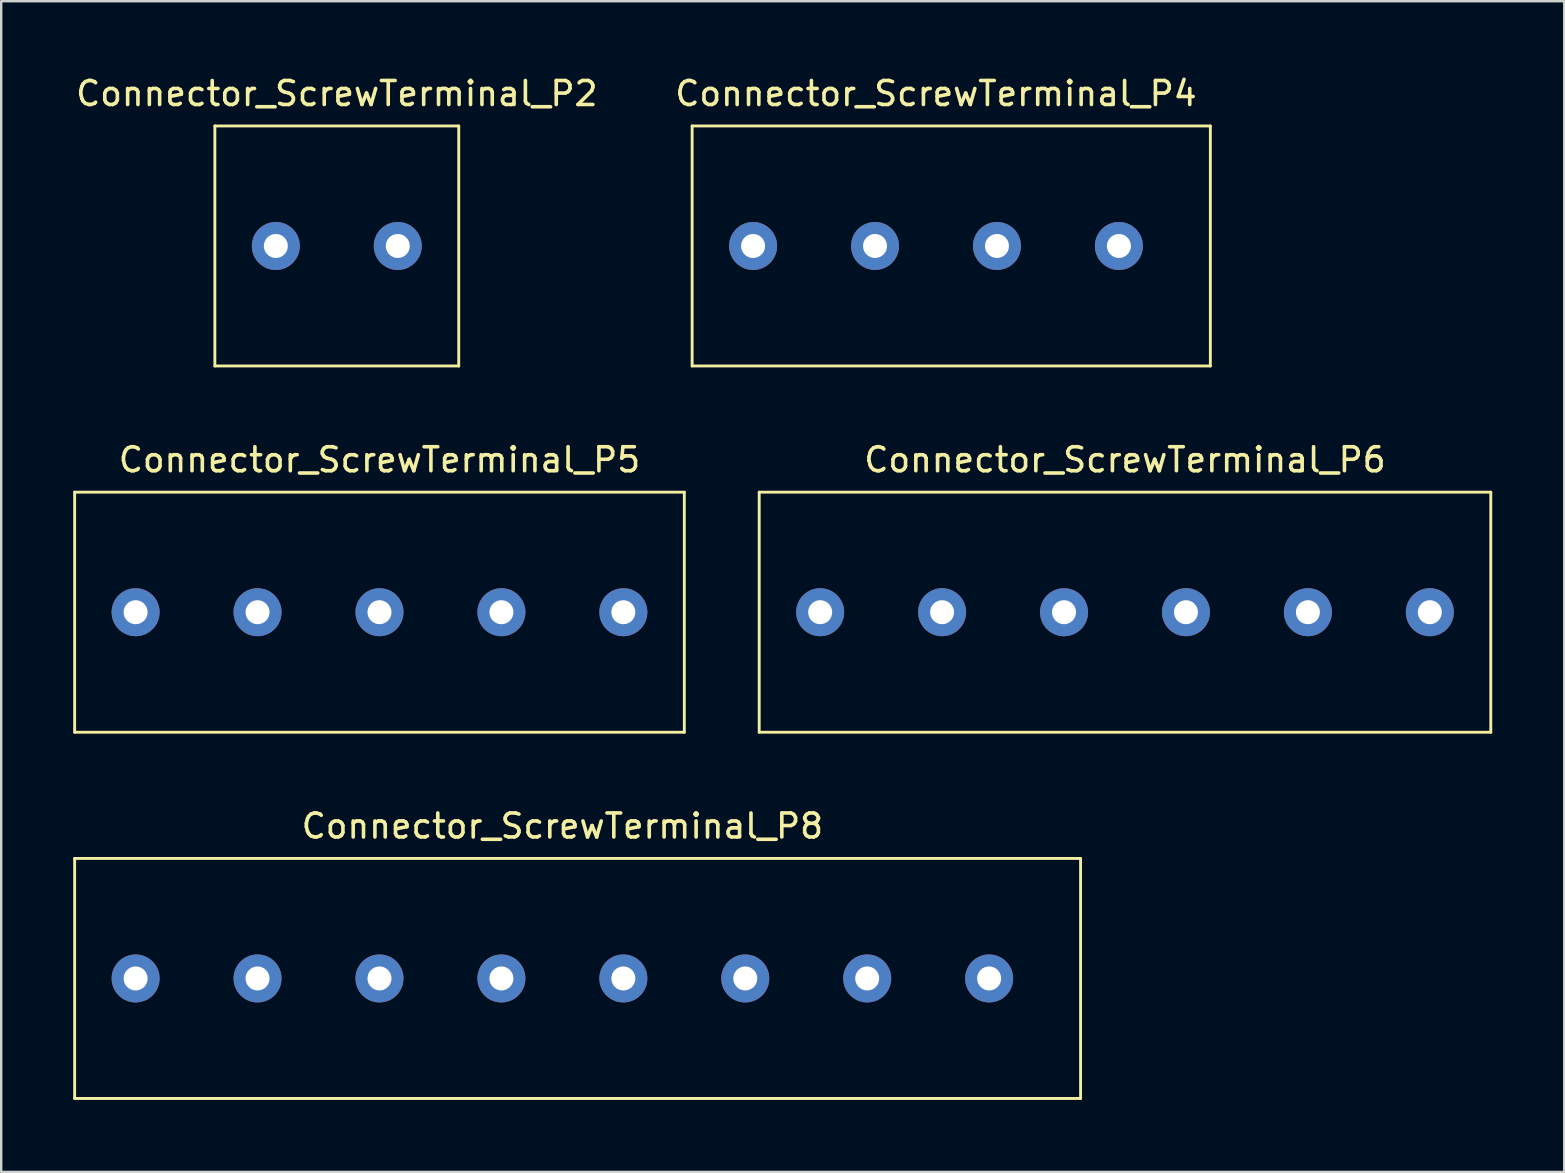
<source format=kicad_pcb>
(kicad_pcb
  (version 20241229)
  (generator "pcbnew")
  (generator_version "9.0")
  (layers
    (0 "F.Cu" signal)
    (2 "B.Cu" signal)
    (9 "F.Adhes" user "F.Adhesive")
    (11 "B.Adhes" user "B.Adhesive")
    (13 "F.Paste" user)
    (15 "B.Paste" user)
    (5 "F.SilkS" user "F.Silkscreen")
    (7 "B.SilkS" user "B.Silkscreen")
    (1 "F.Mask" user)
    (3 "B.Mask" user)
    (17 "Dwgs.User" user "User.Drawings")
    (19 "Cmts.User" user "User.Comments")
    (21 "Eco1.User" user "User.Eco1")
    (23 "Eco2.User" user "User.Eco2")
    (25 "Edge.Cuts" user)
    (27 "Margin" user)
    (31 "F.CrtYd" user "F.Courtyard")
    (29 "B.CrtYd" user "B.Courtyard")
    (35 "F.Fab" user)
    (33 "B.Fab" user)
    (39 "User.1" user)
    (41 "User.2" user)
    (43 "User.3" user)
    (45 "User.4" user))
  (footprint "Connector_ScrewTerminal_P8"
    (layer "F.Cu")
    (at 20.38 37.715)
    (property "Reference" "Connector_ScrewTerminal_P8" (at 0 -6.35 0) (layer "F.SilkS") (effects (font (size 1 1) (thickness 0.15))))
    (attr through_hole)
    (fp_line (start -20.32 -5) (end -20.32 5) (stroke (width 0.12) (type solid)) (layer "F.SilkS"))
    (fp_line (start -20.32 5) (end 21.59 5) (stroke (width 0.12) (type solid)) (layer "F.SilkS"))
    (fp_line (start 21.59 -5) (end -20.32 -5) (stroke (width 0.12) (type solid)) (layer "F.SilkS"))
    (fp_line (start 21.59 5) (end 21.59 -5) (stroke (width 0.12) (type solid)) (layer "F.SilkS"))
    (pad "1" thru_hole circle (at -17.78 0) (size 2 2) (drill 1) (layers "*.Cu" "*.Mask"))
    (pad "2" thru_hole circle (at -12.7 0) (size 2 2) (drill 1) (layers "*.Cu" "*.Mask"))
    (pad "3" thru_hole circle (at -7.62 0) (size 2 2) (drill 1) (layers "*.Cu" "*.Mask"))
    (pad "4" thru_hole circle (at -2.54 0) (size 2 2) (drill 1) (layers "*.Cu" "*.Mask"))
    (pad "5" thru_hole circle (at 2.54 0) (size 2 2) (drill 1) (layers "*.Cu" "*.Mask"))
    (pad "6" thru_hole circle (at 7.62 0) (size 2 2) (drill 1) (layers "*.Cu" "*.Mask"))
    (pad "7" thru_hole circle (at 12.7 0) (size 2 2) (drill 1) (layers "*.Cu" "*.Mask"))
    (pad "8" thru_hole circle (at 17.78 0) (size 2 2) (drill 1) (layers "*.Cu" "*.Mask")))
  (footprint "Connector_ScrewTerminal_P4"
    (layer "F.Cu")
    (at 35.946 7.198)
    (property "Reference" "Connector_ScrewTerminal_P4" (at 0 -6.35 0) (layer "F.SilkS") (effects (font (size 1 1) (thickness 0.15))))
    (attr through_hole)
    (fp_line (start -10.16 -5) (end -10.16 5) (stroke (width 0.12) (type solid)) (layer "F.SilkS"))
    (fp_line (start -10.16 5) (end 11.43 5) (stroke (width 0.12) (type solid)) (layer "F.SilkS"))
    (fp_line (start 11.43 -5) (end -10.16 -5) (stroke (width 0.12) (type solid)) (layer "F.SilkS"))
    (fp_line (start 11.43 5) (end 11.43 -5) (stroke (width 0.12) (type solid)) (layer "F.SilkS"))
    (pad "1" thru_hole circle (at -7.62 0) (size 2 2) (drill 1) (layers "*.Cu" "*.Mask"))
    (pad "2" thru_hole circle (at -2.54 0) (size 2 2) (drill 1) (layers "*.Cu" "*.Mask"))
    (pad "3" thru_hole circle (at 2.54 0) (size 2 2) (drill 1) (layers "*.Cu" "*.Mask"))
    (pad "4" thru_hole circle (at 7.62 0) (size 2 2) (drill 1) (layers "*.Cu" "*.Mask")))
  (footprint "Connector_ScrewTerminal_P6"
    (layer "F.Cu")
    (at 43.82 22.456)
    (property "Reference" "Connector_ScrewTerminal_P6" (at 0 -6.35 0) (layer "F.SilkS") (effects (font (size 1 1) (thickness 0.15))))
    (attr through_hole)
    (fp_line (start -15.24 -5) (end -15.24 5) (stroke (width 0.12) (type solid)) (layer "F.SilkS"))
    (fp_line (start -15.24 5) (end 15.24 5) (stroke (width 0.12) (type solid)) (layer "F.SilkS"))
    (fp_line (start 15.24 -5) (end -15.24 -5) (stroke (width 0.12) (type solid)) (layer "F.SilkS"))
    (fp_line (start 15.24 5) (end 15.24 -5) (stroke (width 0.12) (type solid)) (layer "F.SilkS"))
    (pad "1" thru_hole circle (at -12.7 0) (size 2 2) (drill 1) (layers "*.Cu" "*.Mask"))
    (pad "2" thru_hole circle (at -7.62 0) (size 2 2) (drill 1) (layers "*.Cu" "*.Mask"))
    (pad "3" thru_hole circle (at -2.54 0) (size 2 2) (drill 1) (layers "*.Cu" "*.Mask"))
    (pad "4" thru_hole circle (at 2.54 0) (size 2 2) (drill 1) (layers "*.Cu" "*.Mask"))
    (pad "5" thru_hole circle (at 7.62 0) (size 2 2) (drill 1) (layers "*.Cu" "*.Mask"))
    (pad "6" thru_hole circle (at 12.7 0) (size 2 2) (drill 1) (layers "*.Cu" "*.Mask")))
  (footprint "Connector_ScrewTerminal_P2"
    (layer "F.Cu")
    (at 10.982 7.198)
    (property "Reference" "Connector_ScrewTerminal_P2" (at 0 -6.35 0) (layer "F.SilkS") (effects (font (size 1 1) (thickness 0.15))))
    (attr through_hole)
    (fp_line (start -5.08 -5) (end -5.08 5) (stroke (width 0.12) (type solid)) (layer "F.SilkS"))
    (fp_line (start -5.08 5) (end 5.08 5) (stroke (width 0.12) (type solid)) (layer "F.SilkS"))
    (fp_line (start 5.08 -5) (end -5.08 -5) (stroke (width 0.12) (type solid)) (layer "F.SilkS"))
    (fp_line (start 5.08 5) (end 5.08 -5) (stroke (width 0.12) (type solid)) (layer "F.SilkS"))
    (pad "1" thru_hole circle (at -2.54 0) (size 2 2) (drill 1) (layers "*.Cu" "*.Mask"))
    (pad "2" thru_hole circle (at 2.54 0) (size 2 2) (drill 1) (layers "*.Cu" "*.Mask")))
  (footprint "Connector_ScrewTerminal_P5"
    (layer "F.Cu")
    (at 12.76 22.456)
    (property "Reference" "Connector_ScrewTerminal_P5" (at 0 -6.35 0) (layer "F.SilkS") (effects (font (size 1 1) (thickness 0.15))))
    (attr through_hole)
    (fp_line (start -12.7 -5) (end -12.7 5) (stroke (width 0.12) (type solid)) (layer "F.SilkS"))
    (fp_line (start -12.7 5) (end 12.7 5) (stroke (width 0.12) (type solid)) (layer "F.SilkS"))
    (fp_line (start 12.7 -5) (end -12.7 -5) (stroke (width 0.12) (type solid)) (layer "F.SilkS"))
    (fp_line (start 12.7 5) (end 12.7 -5) (stroke (width 0.12) (type solid)) (layer "F.SilkS"))
    (pad "1" thru_hole circle (at -10.16 0) (size 2 2) (drill 1) (layers "*.Cu" "*.Mask"))
    (pad "2" thru_hole circle (at -5.08 0) (size 2 2) (drill 1) (layers "*.Cu" "*.Mask"))
    (pad "3" thru_hole circle (at 0 0) (size 2 2) (drill 1) (layers "*.Cu" "*.Mask"))
    (pad "4" thru_hole circle (at 5.08 0) (size 2 2) (drill 1) (layers "*.Cu" "*.Mask"))
    (pad "5" thru_hole circle (at 10.16 0) (size 2 2) (drill 1) (layers "*.Cu" "*.Mask")))
  (gr_rect
    (start -3 -3)
    (end 62.12 45.775)
    (stroke (width 0.1) (type default))
    (fill no)
    (layer "Edge.Cuts")))
</source>
